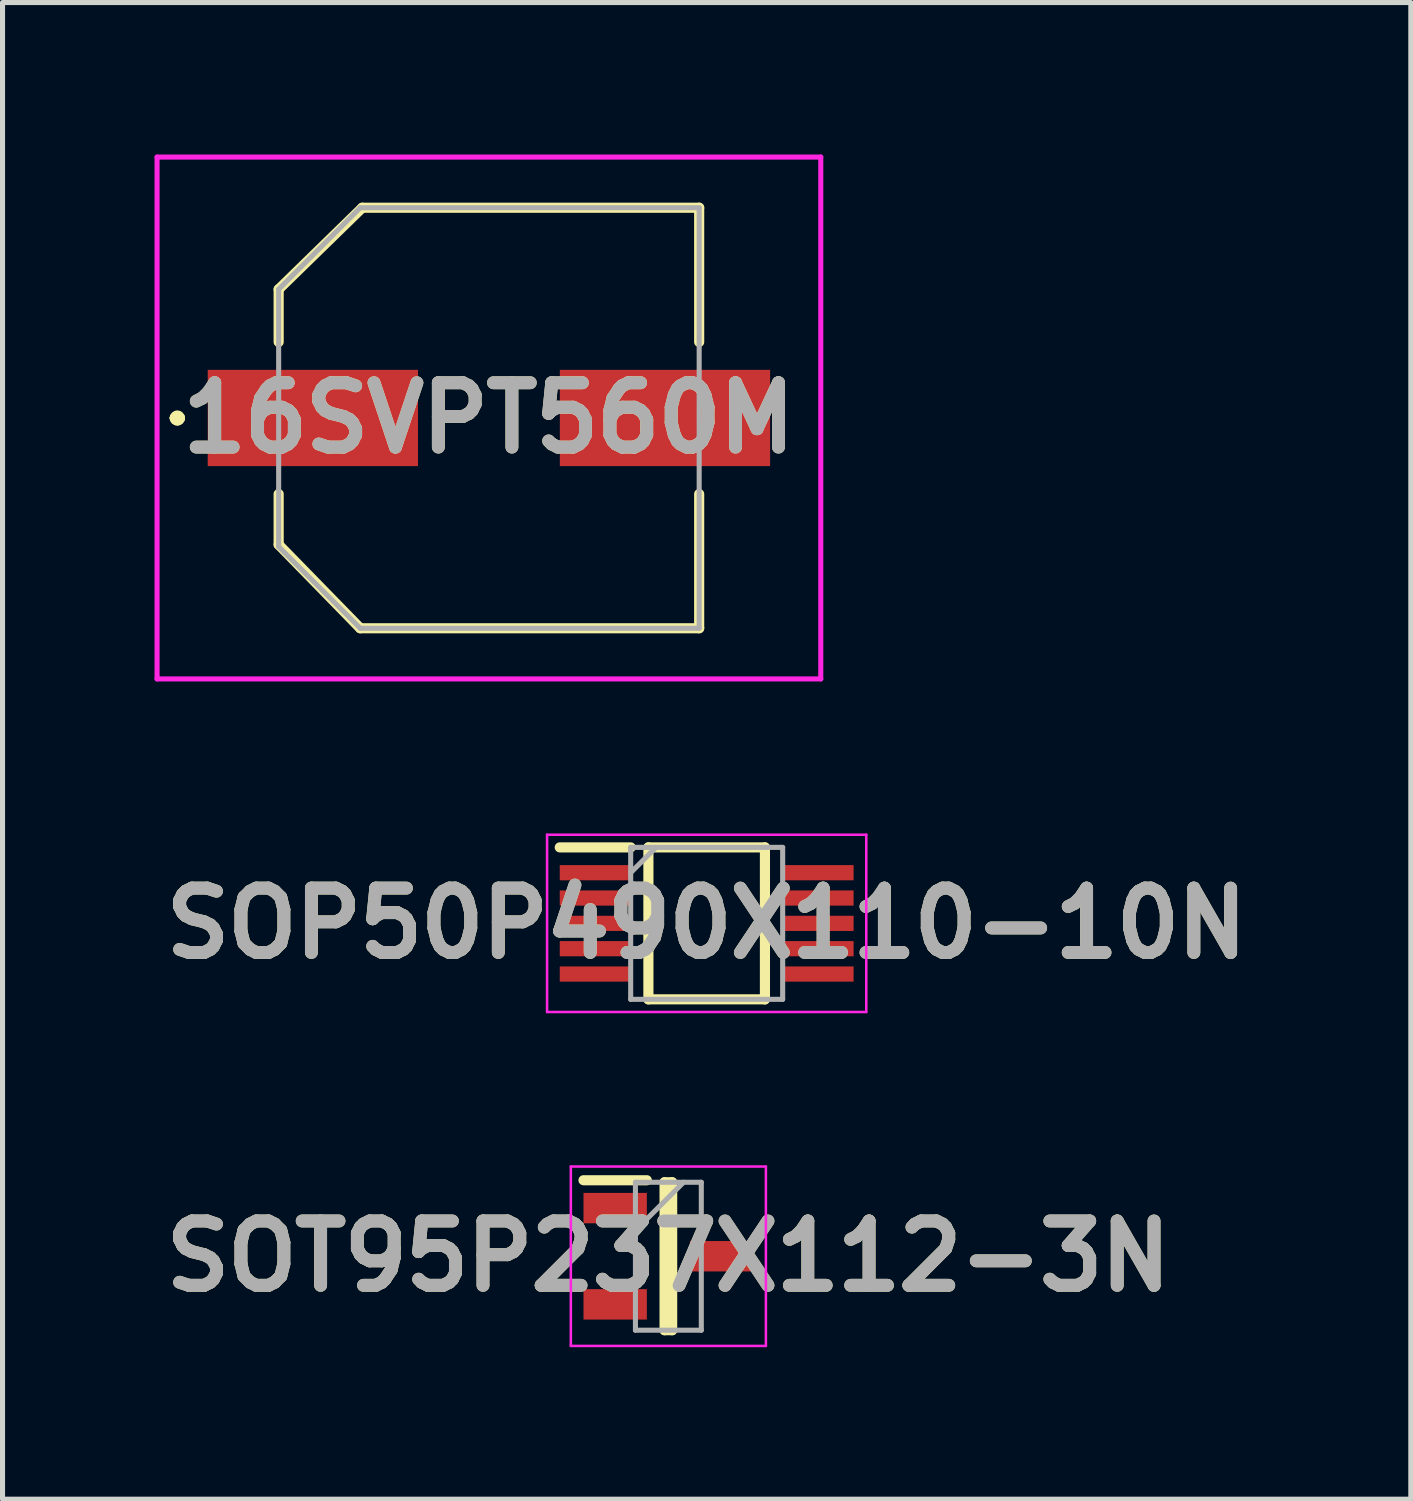
<source format=kicad_pcb>
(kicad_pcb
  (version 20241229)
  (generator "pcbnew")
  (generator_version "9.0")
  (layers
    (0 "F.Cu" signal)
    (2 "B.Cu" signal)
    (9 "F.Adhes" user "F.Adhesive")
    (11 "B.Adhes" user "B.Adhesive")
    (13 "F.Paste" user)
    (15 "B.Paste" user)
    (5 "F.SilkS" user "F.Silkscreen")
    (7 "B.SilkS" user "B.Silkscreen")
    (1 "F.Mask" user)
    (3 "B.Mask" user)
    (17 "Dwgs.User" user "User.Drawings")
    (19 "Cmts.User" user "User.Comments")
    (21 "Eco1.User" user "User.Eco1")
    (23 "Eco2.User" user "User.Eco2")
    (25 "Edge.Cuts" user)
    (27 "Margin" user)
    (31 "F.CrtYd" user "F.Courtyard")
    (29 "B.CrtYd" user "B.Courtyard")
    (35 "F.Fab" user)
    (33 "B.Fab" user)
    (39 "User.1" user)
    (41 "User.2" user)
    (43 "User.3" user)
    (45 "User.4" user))
  (footprint "SOP50P490X110-10N"
    (layer "F.Cu")
    (at 10.898 15.175)
    (property "Reference" "SOP50P490X110-10N" (at 0 0 0) (layer "F.SilkS") (effects (font (size 1.27 1.27) (thickness 0.254))))
    (attr smd)
    (fp_line (start -2.9 -1.5) (end -1.5 -1.5) (stroke (width 0.2) (type solid)) (layer "F.SilkS"))
    (fp_line (start -1.15 -1.5) (end 1.15 -1.5) (stroke (width 0.2) (type solid)) (layer "F.SilkS"))
    (fp_line (start -1.15 1.5) (end -1.15 -1.5) (stroke (width 0.2) (type solid)) (layer "F.SilkS"))
    (fp_line (start 1.15 -1.5) (end 1.15 1.5) (stroke (width 0.2) (type solid)) (layer "F.SilkS"))
    (fp_line (start 1.15 1.5) (end -1.15 1.5) (stroke (width 0.2) (type solid)) (layer "F.SilkS"))
    (fp_line (start -3.15 -1.75) (end 3.15 -1.75) (stroke (width 0.05) (type solid)) (layer "F.CrtYd"))
    (fp_line (start -3.15 1.75) (end -3.15 -1.75) (stroke (width 0.05) (type solid)) (layer "F.CrtYd"))
    (fp_line (start 3.15 -1.75) (end 3.15 1.75) (stroke (width 0.05) (type solid)) (layer "F.CrtYd"))
    (fp_line (start 3.15 1.75) (end -3.15 1.75) (stroke (width 0.05) (type solid)) (layer "F.CrtYd"))
    (fp_line (start -1.5 -1.5) (end 1.5 -1.5) (stroke (width 0.1) (type solid)) (layer "F.Fab"))
    (fp_line (start -1.5 -1) (end -1 -1.5) (stroke (width 0.1) (type solid)) (layer "F.Fab"))
    (fp_line (start -1.5 1.5) (end -1.5 -1.5) (stroke (width 0.1) (type solid)) (layer "F.Fab"))
    (fp_line (start 1.5 -1.5) (end 1.5 1.5) (stroke (width 0.1) (type solid)) (layer "F.Fab"))
    (fp_line (start 1.5 1.5) (end -1.5 1.5) (stroke (width 0.1) (type solid)) (layer "F.Fab"))
    (fp_text user "${REFERENCE}" (at 0 0 0) (layer "F.Fab") (effects (font (size 1.27 1.27) (thickness 0.254))))
    (pad "1" smd rect (at -2.2 -1 90) (size 0.3 1.4) (layers "F.Cu" "F.Mask" "F.Paste"))
    (pad "2" smd rect (at -2.2 -0.5 90) (size 0.3 1.4) (layers "F.Cu" "F.Mask" "F.Paste"))
    (pad "3" smd rect (at -2.2 0 90) (size 0.3 1.4) (layers "F.Cu" "F.Mask" "F.Paste"))
    (pad "4" smd rect (at -2.2 0.5 90) (size 0.3 1.4) (layers "F.Cu" "F.Mask" "F.Paste"))
    (pad "5" smd rect (at -2.2 1 90) (size 0.3 1.4) (layers "F.Cu" "F.Mask" "F.Paste"))
    (pad "6" smd rect (at 2.2 1 90) (size 0.3 1.4) (layers "F.Cu" "F.Mask" "F.Paste"))
    (pad "7" smd rect (at 2.2 0.5 90) (size 0.3 1.4) (layers "F.Cu" "F.Mask" "F.Paste"))
    (pad "8" smd rect (at 2.2 0 90) (size 0.3 1.4) (layers "F.Cu" "F.Mask" "F.Paste"))
    (pad "9" smd rect (at 2.2 -0.5 90) (size 0.3 1.4) (layers "F.Cu" "F.Mask" "F.Paste"))
    (pad "10" smd rect (at 2.2 -1 90) (size 0.3 1.4) (layers "F.Cu" "F.Mask" "F.Paste")))
  (footprint "16SVPT560M"
    (layer "F.Cu")
    (at 6.6 5.2)
    (property "Reference" "16SVPT560M" (at 0 0 0) (layer "F.SilkS") (effects (font (size 1.27 1.27) (thickness 0.254))))
    (attr smd)
    (fp_line (start -6.2 0) (end -6.2 0) (stroke (width 0.2) (type solid)) (layer "F.SilkS"))
    (fp_line (start -6.2 0) (end -6.2 0) (stroke (width 0.2) (type solid)) (layer "F.SilkS"))
    (fp_line (start -6.1 0) (end -6.1 0) (stroke (width 0.2) (type solid)) (layer "F.SilkS"))
    (fp_line (start -4.15 -2.54) (end -4.15 -1.5) (stroke (width 0.2) (type solid)) (layer "F.SilkS"))
    (fp_line (start -4.15 1.5) (end -4.15 2.5) (stroke (width 0.2) (type solid)) (layer "F.SilkS"))
    (fp_line (start -4.15 2.5) (end -2.54 4.15) (stroke (width 0.2) (type solid)) (layer "F.SilkS"))
    (fp_line (start -2.54 4.15) (end 4.15 4.15) (stroke (width 0.2) (type solid)) (layer "F.SilkS"))
    (fp_line (start -2.5 -4.15) (end -4.15 -2.54) (stroke (width 0.2) (type solid)) (layer "F.SilkS"))
    (fp_line (start 4.15 -4.15) (end -2.5 -4.15) (stroke (width 0.2) (type solid)) (layer "F.SilkS"))
    (fp_line (start 4.15 -1.5) (end 4.15 -4.15) (stroke (width 0.2) (type solid)) (layer "F.SilkS"))
    (fp_line (start 4.15 4.15) (end 4.15 1.5) (stroke (width 0.2) (type solid)) (layer "F.SilkS"))
    (fp_arc (start -6.2 0) (mid -6.15 -0.05) (end -6.1 0) (stroke (width 0.2) (type solid)) (layer "F.SilkS"))
    (fp_arc (start -6.1 0) (mid -6.15 0.05) (end -6.2 0) (stroke (width 0.2) (type solid)) (layer "F.SilkS"))
    (fp_arc (start -6.1 0) (mid -6.15 0.05) (end -6.2 0) (stroke (width 0.2) (type solid)) (layer "F.SilkS"))
    (fp_line (start -6.55 -5.15) (end 6.55 -5.15) (stroke (width 0.1) (type solid)) (layer "F.CrtYd"))
    (fp_line (start -6.55 5.15) (end -6.55 -5.15) (stroke (width 0.1) (type solid)) (layer "F.CrtYd"))
    (fp_line (start 6.55 -5.15) (end 6.55 5.15) (stroke (width 0.1) (type solid)) (layer "F.CrtYd"))
    (fp_line (start 6.55 5.15) (end -6.55 5.15) (stroke (width 0.1) (type solid)) (layer "F.CrtYd"))
    (fp_line (start -4.15 -2.54) (end -4.15 2.54) (stroke (width 0.1) (type solid)) (layer "F.Fab"))
    (fp_line (start -4.15 2.54) (end -2.54 4.15) (stroke (width 0.1) (type solid)) (layer "F.Fab"))
    (fp_line (start -2.54 -4.15) (end -4.15 -2.54) (stroke (width 0.1) (type solid)) (layer "F.Fab"))
    (fp_line (start -2.54 4.15) (end 4.15 4.15) (stroke (width 0.1) (type solid)) (layer "F.Fab"))
    (fp_line (start 4.15 -4.15) (end -2.54 -4.15) (stroke (width 0.1) (type solid)) (layer "F.Fab"))
    (fp_line (start 4.15 4.15) (end 4.15 -4.15) (stroke (width 0.1) (type solid)) (layer "F.Fab"))
    (fp_text user "${REFERENCE}" (at 0 0 0) (layer "F.Fab") (effects (font (size 1.27 1.27) (thickness 0.254))))
    (pad "1" smd rect (at -3.475 0 90) (size 1.9 4.15) (layers "F.Cu" "F.Mask" "F.Paste"))
    (pad "2" smd rect (at 3.475 0 90) (size 1.9 4.15) (layers "F.Cu" "F.Mask" "F.Paste")))
  (footprint "SOT95P237X112-3N"
    (layer "F.Cu")
    (at 10.142 21.745)
    (property "Reference" "SOT95P237X112-3N" (at 0 0 0) (layer "F.SilkS") (effects (font (size 1.27 1.27) (thickness 0.254))))
    (attr smd)
    (fp_line (start -1.675 -1.5) (end -0.425 -1.5) (stroke (width 0.2) (type solid)) (layer "F.SilkS"))
    (fp_line (start -0.075 -1.46) (end 0.075 -1.46) (stroke (width 0.2) (type solid)) (layer "F.SilkS"))
    (fp_line (start -0.075 1.46) (end -0.075 -1.46) (stroke (width 0.2) (type solid)) (layer "F.SilkS"))
    (fp_line (start 0.075 -1.46) (end 0.075 1.46) (stroke (width 0.2) (type solid)) (layer "F.SilkS"))
    (fp_line (start 0.075 1.46) (end -0.075 1.46) (stroke (width 0.2) (type solid)) (layer "F.SilkS"))
    (fp_line (start -1.925 -1.77) (end 1.925 -1.77) (stroke (width 0.05) (type solid)) (layer "F.CrtYd"))
    (fp_line (start -1.925 1.77) (end -1.925 -1.77) (stroke (width 0.05) (type solid)) (layer "F.CrtYd"))
    (fp_line (start 1.925 -1.77) (end 1.925 1.77) (stroke (width 0.05) (type solid)) (layer "F.CrtYd"))
    (fp_line (start 1.925 1.77) (end -1.925 1.77) (stroke (width 0.05) (type solid)) (layer "F.CrtYd"))
    (fp_line (start -0.65 -1.46) (end 0.65 -1.46) (stroke (width 0.1) (type solid)) (layer "F.Fab"))
    (fp_line (start -0.65 -0.51) (end 0.3 -1.46) (stroke (width 0.1) (type solid)) (layer "F.Fab"))
    (fp_line (start -0.65 1.46) (end -0.65 -1.46) (stroke (width 0.1) (type solid)) (layer "F.Fab"))
    (fp_line (start 0.65 -1.46) (end 0.65 1.46) (stroke (width 0.1) (type solid)) (layer "F.Fab"))
    (fp_line (start 0.65 1.46) (end -0.65 1.46) (stroke (width 0.1) (type solid)) (layer "F.Fab"))
    (fp_text user "${REFERENCE}" (at 0 0 0) (layer "F.Fab") (effects (font (size 1.27 1.27) (thickness 0.254))))
    (pad "1" smd rect (at -1.05 -0.95 90) (size 0.6 1.25) (layers "F.Cu" "F.Mask" "F.Paste"))
    (pad "2" smd rect (at -1.05 0.95 90) (size 0.6 1.25) (layers "F.Cu" "F.Mask" "F.Paste"))
    (pad "3" smd rect (at 1.05 0 90) (size 0.6 1.25) (layers "F.Cu" "F.Mask" "F.Paste")))
  (gr_rect
    (start -3 -3)
    (end 24.796 26.54)
    (stroke (width 0.1) (type default))
    (fill no)
    (layer "Edge.Cuts")))
</source>
